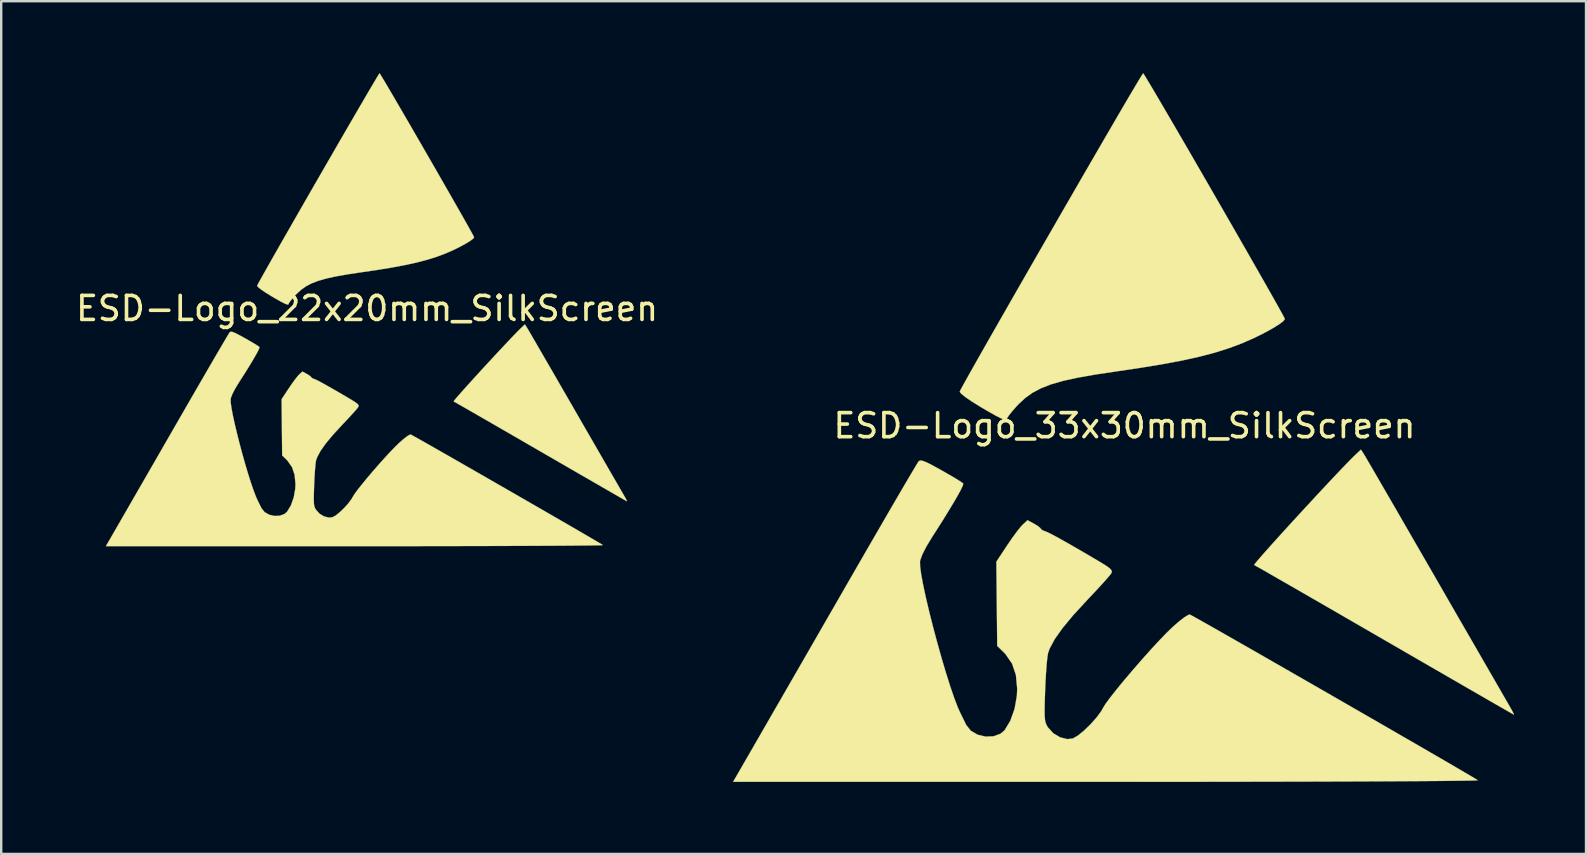
<source format=kicad_pcb>
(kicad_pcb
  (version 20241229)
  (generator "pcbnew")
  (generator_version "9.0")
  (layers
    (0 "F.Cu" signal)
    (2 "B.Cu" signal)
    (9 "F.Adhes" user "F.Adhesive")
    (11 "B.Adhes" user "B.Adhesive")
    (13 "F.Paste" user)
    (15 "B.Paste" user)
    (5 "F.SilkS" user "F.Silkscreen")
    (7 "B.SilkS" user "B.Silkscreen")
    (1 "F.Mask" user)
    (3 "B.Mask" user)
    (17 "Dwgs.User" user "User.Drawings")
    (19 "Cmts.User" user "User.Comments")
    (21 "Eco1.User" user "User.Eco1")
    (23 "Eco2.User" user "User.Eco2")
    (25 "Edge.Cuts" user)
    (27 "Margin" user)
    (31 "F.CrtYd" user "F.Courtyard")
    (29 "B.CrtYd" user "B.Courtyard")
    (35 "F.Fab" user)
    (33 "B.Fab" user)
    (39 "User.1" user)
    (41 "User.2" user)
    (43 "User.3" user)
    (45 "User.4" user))
  (footprint "ESD-Logo_22x20mm_SilkScreen"
    (layer "F.Cu")
    (at 12.244 9.802)
    (property "Reference" "ESD-Logo_22x20mm_SilkScreen" (at 0 0 0) (layer "F.SilkS") (effects (font (size 1 1) (thickness 0.15))))
    (attr exclude_from_pos_files exclude_from_bom)
    (fp_poly (pts (xy 6.652 0.785) (xy 6.69 0.849) (xy 6.776 0.995) (xy 6.905 1.217) (xy 7.073 1.506) (xy 7.275 1.856) (xy 7.509 2.26) (xy 7.769 2.709) (xy 8.05 3.197) (xy 8.35 3.716) (xy 8.659 4.251) (xy 8.973 4.797) (xy 9.276 5.321) (xy 9.561 5.815) (xy 9.825 6.273) (xy 10.063 6.686) (xy 10.272 7.047) (xy 10.446 7.348) (xy 10.58 7.581) (xy 10.672 7.74) (xy 10.715 7.814) (xy 10.786 7.94) (xy 10.824 8.019) (xy 10.826 8.032) (xy 10.779 8.007) (xy 10.65 7.933) (xy 10.444 7.815) (xy 10.169 7.657) (xy 9.831 7.462) (xy 9.438 7.235) (xy 8.995 6.98) (xy 8.51 6.7) (xy 7.99 6.399) (xy 7.44 6.081) (xy 7.231 5.96) (xy 6.672 5.637) (xy 6.139 5.328) (xy 5.637 5.039) (xy 5.176 4.772) (xy 4.76 4.533) (xy 4.397 4.324) (xy 4.094 4.15) (xy 3.858 4.015) (xy 3.696 3.923) (xy 3.614 3.877) (xy 3.605 3.872) (xy 3.63 3.833) (xy 3.717 3.728) (xy 3.858 3.566) (xy 4.042 3.359) (xy 4.262 3.114) (xy 4.509 2.842) (xy 4.773 2.553) (xy 5.046 2.257) (xy 5.319 1.962) (xy 5.583 1.679) (xy 5.829 1.417) (xy 6.048 1.186) (xy 6.231 0.996) (xy 6.369 0.857) (xy 6.417 0.811) (xy 6.574 0.663) (xy 6.652 0.785)) (stroke (width 0.01) (type solid)) (fill yes) (layer "F.SilkS"))
    (fp_poly (pts (xy 0.549 -9.754) (xy 0.626 -9.628) (xy 0.745 -9.43) (xy 0.9 -9.167) (xy 1.088 -8.848) (xy 1.302 -8.48) (xy 1.539 -8.074) (xy 1.793 -7.636) (xy 2.059 -7.176) (xy 2.333 -6.702) (xy 2.61 -6.222) (xy 2.885 -5.745) (xy 3.152 -5.279) (xy 3.408 -4.833) (xy 3.647 -4.415) (xy 3.864 -4.034) (xy 4.055 -3.698) (xy 4.215 -3.415) (xy 4.338 -3.194) (xy 4.42 -3.043) (xy 4.457 -2.971) (xy 4.458 -2.966) (xy 4.413 -2.905) (xy 4.288 -2.812) (xy 4.097 -2.695) (xy 3.857 -2.565) (xy 3.605 -2.44) (xy 3.262 -2.29) (xy 2.901 -2.155) (xy 2.51 -2.032) (xy 2.077 -1.918) (xy 1.589 -1.811) (xy 1.033 -1.706) (xy 0.398 -1.602) (xy -0.259 -1.506) (xy -0.831 -1.42) (xy -1.31 -1.335) (xy -1.71 -1.246) (xy -2.043 -1.15) (xy -2.32 -1.043) (xy -2.554 -0.919) (xy -2.756 -0.775) (xy -2.939 -0.606) (xy -2.998 -0.544) (xy -3.126 -0.398) (xy -3.221 -0.279) (xy -3.265 -0.209) (xy -3.266 -0.203) (xy -3.281 -0.168) (xy -3.334 -0.168) (xy -3.436 -0.207) (xy -3.598 -0.29) (xy -3.83 -0.422) (xy -3.991 -0.517) (xy -4.232 -0.665) (xy -4.419 -0.792) (xy -4.54 -0.889) (xy -4.582 -0.946) (xy -4.582 -0.946) (xy -4.555 -1.001) (xy -4.482 -1.137) (xy -4.365 -1.347) (xy -4.209 -1.624) (xy -4.019 -1.961) (xy -3.798 -2.349) (xy -3.551 -2.783) (xy -3.281 -3.253) (xy -2.995 -3.754) (xy -2.695 -4.276) (xy -2.386 -4.814) (xy -2.072 -5.359) (xy -1.757 -5.905) (xy -1.446 -6.443) (xy -1.144 -6.967) (xy -0.853 -7.468) (xy -0.579 -7.94) (xy -0.326 -8.375) (xy -0.098 -8.766) (xy 0.101 -9.105) (xy 0.266 -9.385) (xy 0.393 -9.598) (xy 0.478 -9.738) (xy 0.517 -9.796) (xy 0.519 -9.797) (xy 0.549 -9.754)) (stroke (width 0.01) (type solid)) (fill yes) (layer "F.SilkS"))
    (fp_poly (pts (xy -5.616 0.974) (xy -5.507 1.017) (xy -5.341 1.1) (xy -5.103 1.231) (xy -5.084 1.242) (xy -4.865 1.367) (xy -4.68 1.477) (xy -4.547 1.56) (xy -4.485 1.606) (xy -4.483 1.608) (xy -4.498 1.671) (xy -4.567 1.813) (xy -4.685 2.024) (xy -4.848 2.299) (xy -5.051 2.628) (xy -5.291 3.004) (xy -5.35 3.096) (xy -5.505 3.353) (xy -5.618 3.573) (xy -5.679 3.738) (xy -5.685 3.77) (xy -5.683 3.914) (xy -5.652 4.141) (xy -5.596 4.438) (xy -5.52 4.789) (xy -5.427 5.181) (xy -5.322 5.598) (xy -5.208 6.027) (xy -5.088 6.452) (xy -4.967 6.859) (xy -4.849 7.233) (xy -4.738 7.56) (xy -4.637 7.825) (xy -4.567 7.983) (xy -4.484 8.151) (xy -4.405 8.311) (xy -4.401 8.32) (xy -4.272 8.482) (xy -4.083 8.591) (xy -3.863 8.643) (xy -3.64 8.635) (xy -3.443 8.562) (xy -3.333 8.466) (xy -3.173 8.202) (xy -3.057 7.873) (xy -2.993 7.513) (xy -2.984 7.309) (xy -3.02 6.928) (xy -3.127 6.612) (xy -3.311 6.347) (xy -3.368 6.288) (xy -3.539 6.122) (xy -3.551 4.951) (xy -3.562 3.78) (xy -3.264 3.329) (xy -3.124 3.124) (xy -2.989 2.94) (xy -2.879 2.803) (xy -2.831 2.752) (xy -2.697 2.627) (xy -2.515 2.725) (xy -2.4 2.795) (xy -2.337 2.85) (xy -2.333 2.859) (xy -2.29 2.901) (xy -2.216 2.932) (xy -2.145 2.96) (xy -2.036 3.013) (xy -1.88 3.096) (xy -1.667 3.215) (xy -1.389 3.374) (xy -1.035 3.579) (xy -0.843 3.691) (xy -0.617 3.826) (xy -0.469 3.921) (xy -0.385 3.99) (xy -0.353 4.042) (xy -0.36 4.088) (xy -0.365 4.099) (xy -0.417 4.168) (xy -0.528 4.296) (xy -0.686 4.47) (xy -0.877 4.676) (xy -1.042 4.85) (xy -1.422 5.263) (xy -1.72 5.621) (xy -1.937 5.928) (xy -2.077 6.187) (xy -2.125 6.319) (xy -2.144 6.434) (xy -2.164 6.63) (xy -2.183 6.885) (xy -2.199 7.177) (xy -2.207 7.361) (xy -2.217 7.679) (xy -2.222 7.912) (xy -2.219 8.078) (xy -2.208 8.193) (xy -2.187 8.276) (xy -2.154 8.345) (xy -2.128 8.388) (xy -1.98 8.551) (xy -1.789 8.664) (xy -1.587 8.714) (xy -1.437 8.696) (xy -1.3 8.618) (xy -1.129 8.479) (xy -0.947 8.303) (xy -0.779 8.115) (xy -0.648 7.937) (xy -0.599 7.852) (xy -0.527 7.734) (xy -0.396 7.555) (xy -0.217 7.329) (xy -0.004 7.069) (xy 0.233 6.79) (xy 0.481 6.505) (xy 0.728 6.229) (xy 0.963 5.975) (xy 1.172 5.758) (xy 1.336 5.598) (xy 1.519 5.439) (xy 1.672 5.321) (xy 1.78 5.258) (xy 1.816 5.251) (xy 1.87 5.279) (xy 2.007 5.355) (xy 2.218 5.473) (xy 2.494 5.63) (xy 2.829 5.82) (xy 3.214 6.04) (xy 3.642 6.285) (xy 4.104 6.549) (xy 4.593 6.83) (xy 5.1 7.121) (xy 5.619 7.419) (xy 6.14 7.719) (xy 6.657 8.017) (xy 7.161 8.307) (xy 7.644 8.586) (xy 8.099 8.849) (xy 8.517 9.091) (xy 8.891 9.308) (xy 9.213 9.496) (xy 9.474 9.649) (xy 9.668 9.763) (xy 9.786 9.834) (xy 9.82 9.857) (xy 9.774 9.861) (xy 9.629 9.865) (xy 9.391 9.869) (xy 9.062 9.873) (xy 8.65 9.877) (xy 8.158 9.881) (xy 7.591 9.884) (xy 6.954 9.887) (xy 6.253 9.89) (xy 5.491 9.893) (xy 4.673 9.895) (xy 3.805 9.897) (xy 2.891 9.898) (xy 1.936 9.9) (xy 0.946 9.9) (xy -0.077 9.901) (xy -0.506 9.901) (xy -10.881 9.901) (xy -10.141 8.618) (xy -9.984 8.346) (xy -9.783 7.996) (xy -9.543 7.58) (xy -9.271 7.109) (xy -8.975 6.595) (xy -8.661 6.05) (xy -8.336 5.485) (xy -8.006 4.912) (xy -7.678 4.343) (xy -7.595 4.199) (xy -7.292 3.674) (xy -7.004 3.176) (xy -6.734 2.71) (xy -6.487 2.284) (xy -6.267 1.906) (xy -6.078 1.583) (xy -5.925 1.323) (xy -5.812 1.132) (xy -5.743 1.02) (xy -5.723 0.991) (xy -5.683 0.968) (xy -5.616 0.974)) (stroke (width 0.01) (type solid)) (fill yes) (layer "F.SilkS")))
  (footprint "ESD-Logo_33x30mm_SilkScreen"
    (layer "F.Cu")
    (at 43.798 14.686)
    (property "Reference" "ESD-Logo_33x30mm_SilkScreen" (at 0 0 0) (layer "F.SilkS") (effects (font (size 1 1) (thickness 0.15))))
    (attr exclude_from_pos_files exclude_from_bom)
    (fp_poly (pts (xy 9.968 1.177) (xy 10.025 1.272) (xy 10.153 1.492) (xy 10.347 1.824) (xy 10.598 2.257) (xy 10.902 2.782) (xy 11.252 3.386) (xy 11.641 4.059) (xy 12.063 4.791) (xy 12.513 5.569) (xy 12.975 6.369) (xy 13.446 7.188) (xy 13.899 7.973) (xy 14.327 8.714) (xy 14.723 9.4) (xy 15.08 10.019) (xy 15.392 10.559) (xy 15.652 11.01) (xy 15.854 11.361) (xy 15.992 11.598) (xy 16.056 11.71) (xy 16.162 11.898) (xy 16.219 12.016) (xy 16.222 12.036) (xy 16.152 11.998) (xy 15.958 11.887) (xy 15.65 11.711) (xy 15.238 11.474) (xy 14.732 11.182) (xy 14.142 10.842) (xy 13.479 10.459) (xy 12.752 10.039) (xy 11.972 9.588) (xy 11.149 9.112) (xy 10.836 8.931) (xy 9.998 8.446) (xy 9.198 7.984) (xy 8.448 7.55) (xy 7.756 7.151) (xy 7.133 6.792) (xy 6.589 6.48) (xy 6.135 6.219) (xy 5.782 6.016) (xy 5.538 5.878) (xy 5.415 5.809) (xy 5.402 5.803) (xy 5.439 5.744) (xy 5.57 5.586) (xy 5.78 5.344) (xy 6.057 5.033) (xy 6.387 4.666) (xy 6.757 4.259) (xy 7.153 3.826) (xy 7.562 3.382) (xy 7.971 2.94) (xy 8.366 2.516) (xy 8.734 2.123) (xy 9.062 1.778) (xy 9.337 1.493) (xy 9.544 1.284) (xy 9.615 1.216) (xy 9.851 0.994) (xy 9.968 1.177)) (stroke (width 0.01) (type solid)) (fill yes) (layer "F.SilkS"))
    (fp_poly (pts (xy 0.823 -14.615) (xy 0.938 -14.428) (xy 1.116 -14.131) (xy 1.349 -13.736) (xy 1.63 -13.258) (xy 1.951 -12.707) (xy 2.306 -12.098) (xy 2.687 -11.443) (xy 3.086 -10.753) (xy 3.497 -10.043) (xy 3.911 -9.324) (xy 4.323 -8.609) (xy 4.724 -7.911) (xy 5.107 -7.243) (xy 5.465 -6.616) (xy 5.791 -6.045) (xy 6.077 -5.541) (xy 6.316 -5.117) (xy 6.501 -4.785) (xy 6.624 -4.56) (xy 6.678 -4.452) (xy 6.68 -4.445) (xy 6.613 -4.353) (xy 6.425 -4.213) (xy 6.14 -4.039) (xy 5.779 -3.843) (xy 5.402 -3.657) (xy 4.888 -3.431) (xy 4.347 -3.229) (xy 3.762 -3.044) (xy 3.113 -2.874) (xy 2.381 -2.713) (xy 1.548 -2.557) (xy 0.596 -2.401) (xy -0.389 -2.256) (xy -1.245 -2.127) (xy -1.963 -2) (xy -2.563 -1.868) (xy -3.061 -1.724) (xy -3.477 -1.562) (xy -3.827 -1.377) (xy -4.13 -1.161) (xy -4.404 -0.908) (xy -4.493 -0.815) (xy -4.684 -0.596) (xy -4.826 -0.418) (xy -4.892 -0.313) (xy -4.894 -0.304) (xy -4.917 -0.252) (xy -4.996 -0.251) (xy -5.149 -0.31) (xy -5.392 -0.434) (xy -5.739 -0.632) (xy -5.981 -0.774) (xy -6.341 -0.997) (xy -6.621 -1.187) (xy -6.802 -1.332) (xy -6.865 -1.417) (xy -6.865 -1.418) (xy -6.826 -1.499) (xy -6.716 -1.703) (xy -6.541 -2.018) (xy -6.307 -2.434) (xy -6.022 -2.938) (xy -5.691 -3.521) (xy -5.32 -4.17) (xy -4.917 -4.875) (xy -4.488 -5.625) (xy -4.038 -6.408) (xy -3.575 -7.214) (xy -3.104 -8.031) (xy -2.633 -8.848) (xy -2.167 -9.655) (xy -1.714 -10.439) (xy -1.278 -11.191) (xy -0.868 -11.898) (xy -0.488 -12.55) (xy -0.147 -13.136) (xy 0.151 -13.644) (xy 0.399 -14.063) (xy 0.589 -14.383) (xy 0.717 -14.592) (xy 0.775 -14.679) (xy 0.777 -14.681) (xy 0.823 -14.615)) (stroke (width 0.01) (type solid)) (fill yes) (layer "F.SilkS"))
    (fp_poly (pts (xy -8.415 1.46) (xy -8.252 1.523) (xy -8.003 1.649) (xy -7.646 1.845) (xy -7.619 1.861) (xy -7.29 2.049) (xy -7.012 2.213) (xy -6.813 2.338) (xy -6.72 2.406) (xy -6.718 2.41) (xy -6.74 2.505) (xy -6.843 2.716) (xy -7.02 3.033) (xy -7.265 3.444) (xy -7.569 3.938) (xy -7.928 4.502) (xy -8.017 4.64) (xy -8.25 5.024) (xy -8.419 5.354) (xy -8.51 5.601) (xy -8.52 5.65) (xy -8.515 5.864) (xy -8.469 6.205) (xy -8.386 6.649) (xy -8.272 7.176) (xy -8.133 7.763) (xy -7.975 8.389) (xy -7.803 9.031) (xy -7.624 9.668) (xy -7.444 10.277) (xy -7.267 10.838) (xy -7.1 11.329) (xy -6.949 11.726) (xy -6.843 11.962) (xy -6.719 12.213) (xy -6.601 12.454) (xy -6.595 12.467) (xy -6.401 12.71) (xy -6.118 12.873) (xy -5.788 12.952) (xy -5.454 12.939) (xy -5.16 12.83) (xy -4.994 12.686) (xy -4.755 12.29) (xy -4.58 11.798) (xy -4.484 11.258) (xy -4.471 10.952) (xy -4.525 10.381) (xy -4.686 9.909) (xy -4.961 9.511) (xy -5.047 9.422) (xy -5.303 9.174) (xy -5.338 5.665) (xy -4.891 4.988) (xy -4.681 4.681) (xy -4.479 4.406) (xy -4.313 4.199) (xy -4.242 4.124) (xy -4.041 3.936) (xy -3.768 4.083) (xy -3.596 4.188) (xy -3.501 4.27) (xy -3.495 4.285) (xy -3.431 4.347) (xy -3.321 4.393) (xy -3.214 4.435) (xy -3.051 4.515) (xy -2.817 4.639) (xy -2.498 4.817) (xy -2.081 5.056) (xy -1.551 5.363) (xy -1.264 5.532) (xy -0.925 5.733) (xy -0.703 5.876) (xy -0.577 5.978) (xy -0.529 6.056) (xy -0.539 6.126) (xy -0.547 6.143) (xy -0.625 6.245) (xy -0.792 6.438) (xy -1.028 6.699) (xy -1.314 7.007) (xy -1.561 7.268) (xy -2.131 7.887) (xy -2.577 8.424) (xy -2.903 8.883) (xy -3.113 9.271) (xy -3.184 9.468) (xy -3.213 9.641) (xy -3.243 9.935) (xy -3.271 10.317) (xy -3.296 10.754) (xy -3.307 11.03) (xy -3.323 11.507) (xy -3.33 11.856) (xy -3.326 12.104) (xy -3.309 12.277) (xy -3.277 12.402) (xy -3.228 12.505) (xy -3.189 12.569) (xy -2.967 12.813) (xy -2.68 12.983) (xy -2.379 13.057) (xy -2.153 13.03) (xy -1.948 12.914) (xy -1.692 12.706) (xy -1.419 12.442) (xy -1.167 12.16) (xy -0.97 11.894) (xy -0.898 11.765) (xy -0.79 11.589) (xy -0.593 11.321) (xy -0.325 10.982) (xy -0.005 10.593) (xy 0.35 10.175) (xy 0.721 9.748) (xy 1.091 9.334) (xy 1.442 8.954) (xy 1.756 8.628) (xy 2.002 8.389) (xy 2.276 8.15) (xy 2.506 7.974) (xy 2.667 7.879) (xy 2.721 7.868) (xy 2.803 7.91) (xy 3.008 8.024) (xy 3.323 8.201) (xy 3.738 8.436) (xy 4.239 8.721) (xy 4.817 9.051) (xy 5.457 9.417) (xy 6.15 9.814) (xy 6.882 10.234) (xy 7.643 10.671) (xy 8.42 11.117) (xy 9.201 11.567) (xy 9.975 12.013) (xy 10.73 12.448) (xy 11.454 12.866) (xy 12.136 13.26) (xy 12.762 13.623) (xy 13.323 13.948) (xy 13.805 14.229) (xy 14.197 14.459) (xy 14.488 14.63) (xy 14.664 14.736) (xy 14.716 14.77) (xy 14.647 14.776) (xy 14.43 14.783) (xy 14.071 14.789) (xy 13.58 14.795) (xy 12.962 14.801) (xy 12.224 14.806) (xy 11.375 14.811) (xy 10.421 14.816) (xy 9.369 14.82) (xy 8.227 14.824) (xy 7.003 14.827) (xy 5.702 14.83) (xy 4.332 14.832) (xy 2.902 14.834) (xy 1.417 14.835) (xy -0.115 14.836) (xy -0.758 14.836) (xy -16.305 14.836) (xy -15.196 12.914) (xy -14.961 12.507) (xy -14.659 11.982) (xy -14.3 11.359) (xy -13.893 10.653) (xy -13.449 9.883) (xy -12.978 9.065) (xy -12.491 8.219) (xy -11.996 7.36) (xy -11.505 6.507) (xy -11.381 6.292) (xy -10.928 5.506) (xy -10.496 4.759) (xy -10.091 4.06) (xy -9.721 3.422) (xy -9.391 2.856) (xy -9.108 2.372) (xy -8.878 1.982) (xy -8.708 1.697) (xy -8.605 1.528) (xy -8.576 1.485) (xy -8.516 1.45) (xy -8.415 1.46)) (stroke (width 0.01) (type solid)) (fill yes) (layer "F.SilkS")))
  (gr_rect
    (start -3 -3)
    (end 63.025 32.527)
    (stroke (width 0.1) (type default))
    (fill no)
    (layer "Edge.Cuts")))
</source>
